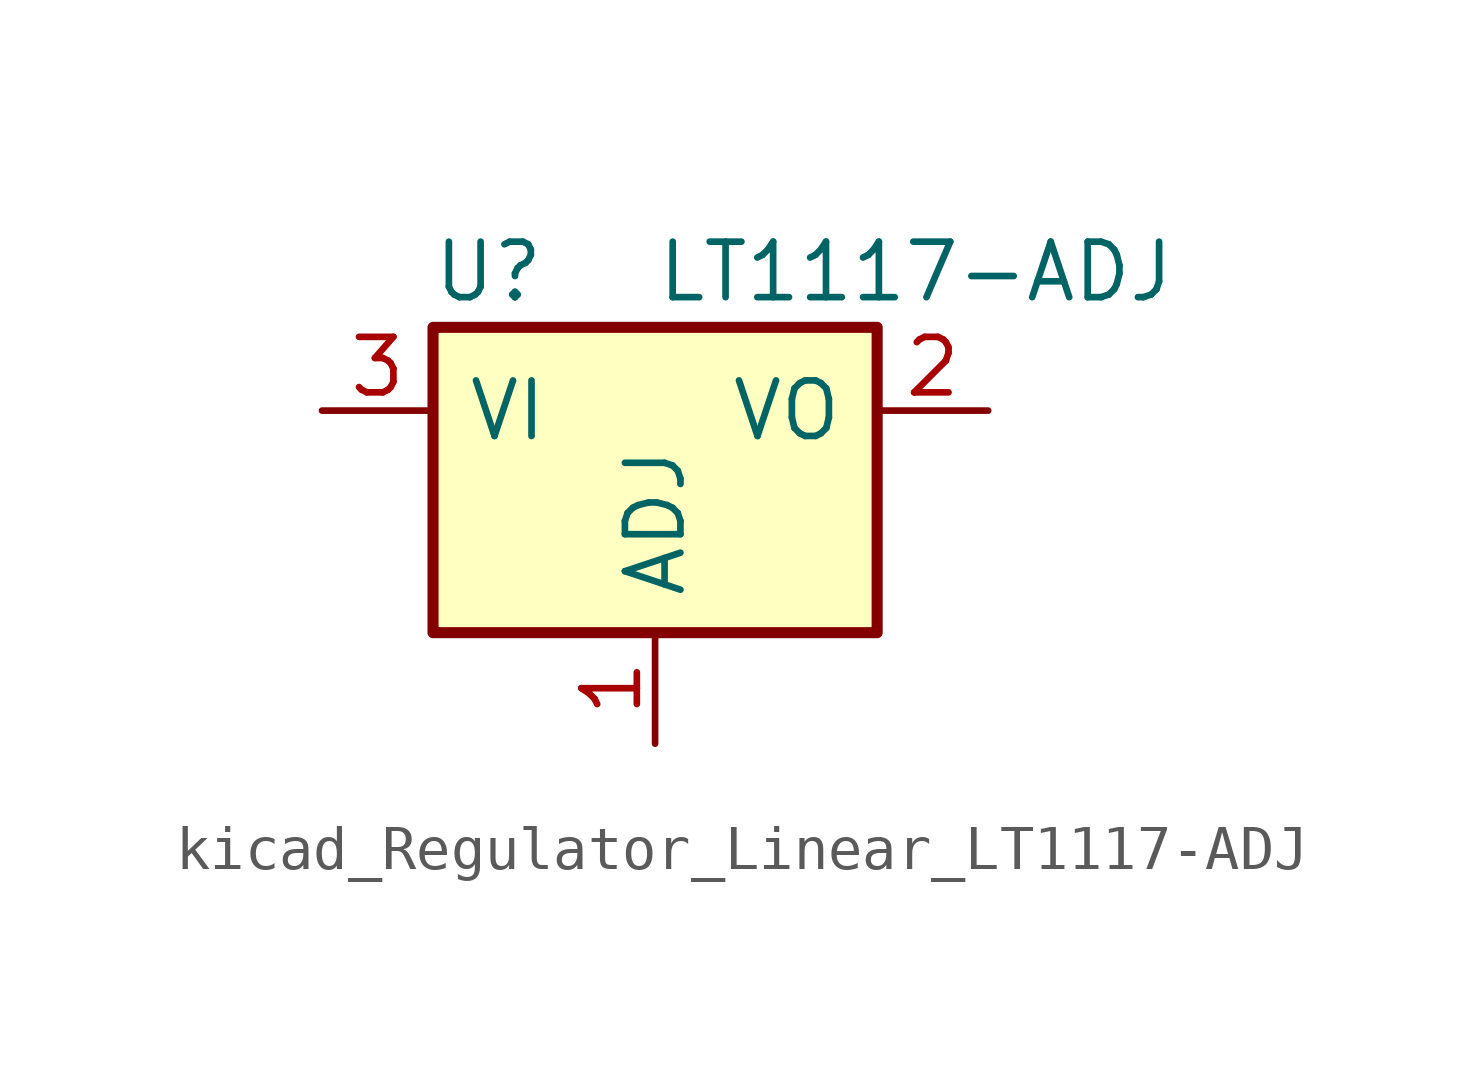
<source format=kicad_sym>
(kicad_symbol_lib
  (version 20220914)
  (generator kicad_symbol_editor)
  (symbol "kicad_Regulator_Linear_LT1117-ADJ"
    (pin_names
      (offset 0.762))
    (property "Reference" "U"
      (at -3.81 3.175 0)
      (effects (font (size 1.27 1.27))))
    (property "Value" "LT1117-ADJ"
      (at 0 3.175 0)
      (effects (font (size 1.27 1.27)) (justify left)))
    (symbol "kicad_Regulator_Linear_LT1117-ADJ_0_1"
      (rectangle (start -5.08 -5.08) (end 5.08 1.905) (stroke (width 0.254) (type default)) (fill (type background))))
    (symbol "kicad_Regulator_Linear_LT1117-ADJ_1_1"
      (pin input line (at 0 -7.62 90) (length 2.54) (name "ADJ" (effects (font (size 1.27 1.27)))) (number "1" (effects (font (size 1.27 1.27)))))
      (pin power_out line (at 7.62 0 180) (length 2.54) (name "VO" (effects (font (size 1.27 1.27)))) (number "2" (effects (font (size 1.27 1.27)))))
      (pin power_in line (at -7.62 0 0) (length 2.54) (name "VI" (effects (font (size 1.27 1.27)))) (number "3" (effects (font (size 1.27 1.27))))))))
</source>
